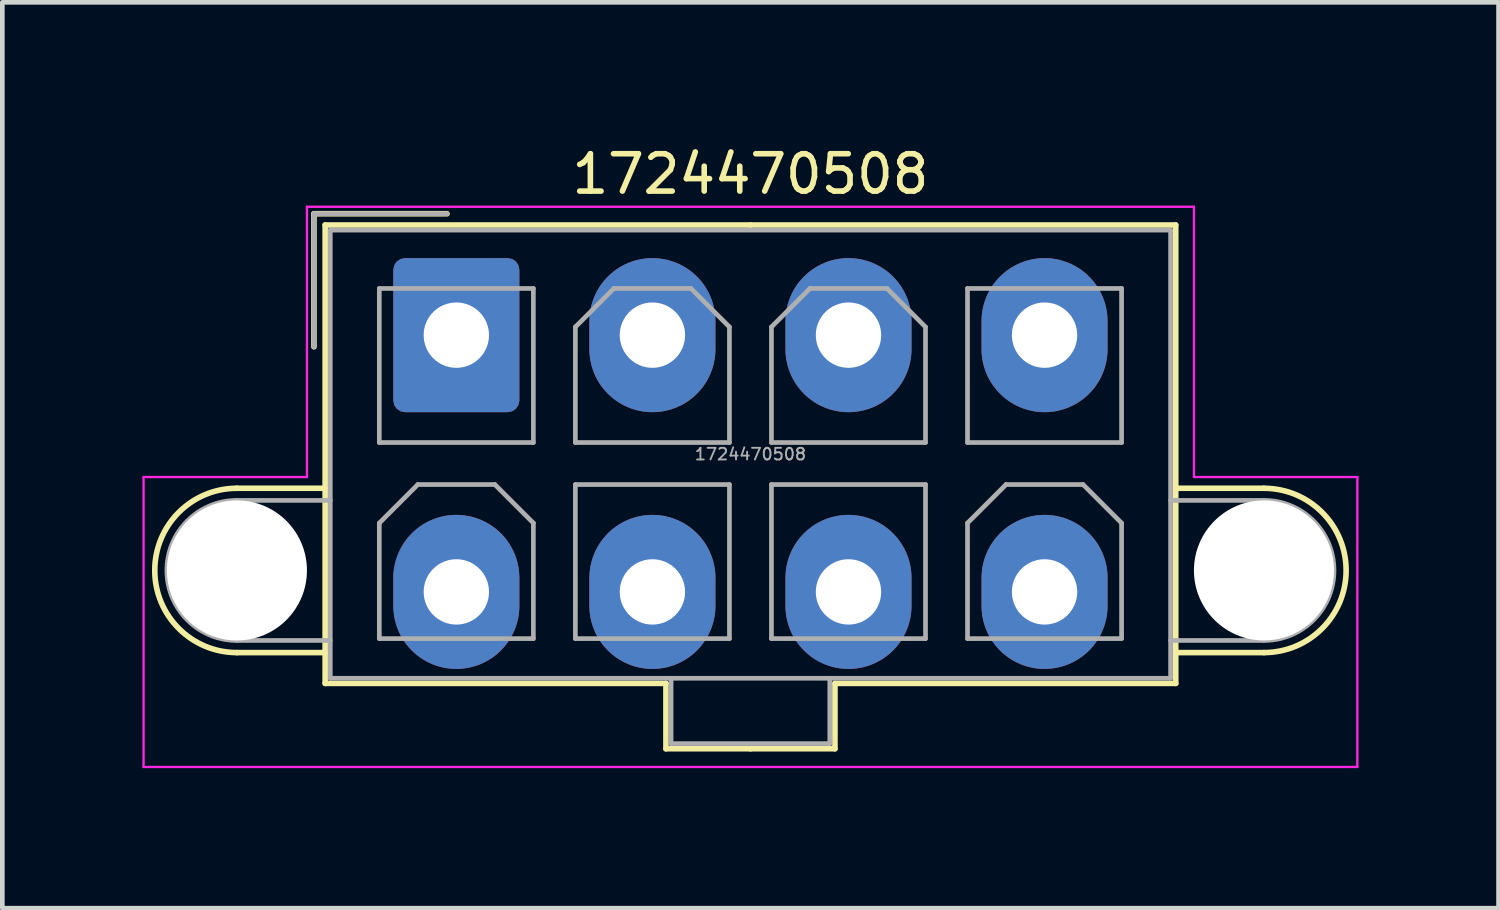
<source format=kicad_pcb>
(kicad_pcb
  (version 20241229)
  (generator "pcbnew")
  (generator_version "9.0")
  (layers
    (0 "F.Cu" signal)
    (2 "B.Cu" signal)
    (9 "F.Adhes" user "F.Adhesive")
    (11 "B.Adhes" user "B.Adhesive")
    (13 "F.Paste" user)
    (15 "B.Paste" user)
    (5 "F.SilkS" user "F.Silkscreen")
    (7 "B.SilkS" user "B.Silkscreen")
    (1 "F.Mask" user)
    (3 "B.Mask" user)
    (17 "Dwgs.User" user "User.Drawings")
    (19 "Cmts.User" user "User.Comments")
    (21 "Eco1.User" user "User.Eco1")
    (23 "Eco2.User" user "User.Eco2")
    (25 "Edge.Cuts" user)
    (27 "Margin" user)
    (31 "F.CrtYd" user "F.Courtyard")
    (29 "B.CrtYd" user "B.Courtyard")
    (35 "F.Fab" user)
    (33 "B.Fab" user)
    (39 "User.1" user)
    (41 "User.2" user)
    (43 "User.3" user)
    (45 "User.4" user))
  (footprint "1724470508"
    (layer "F.Cu")
    (at 13.025 6.879)
    (property "Reference" "1724470508" (at 0 -6.2 0) (layer "F.SilkS") (effects (font (size 0.8 0.8) (thickness 0.12))))
    (attr through_hole)
    (fp_line (start -11 0.53) (end -9.11 0.53) (stroke (width 0.12) (type solid)) (layer "F.SilkS"))
    (fp_line (start -11 4.05) (end -9.11 4.05) (stroke (width 0.12) (type solid)) (layer "F.SilkS"))
    (fp_line (start -9.35 -5.35) (end -9.35 -2.5) (stroke (width 0.12) (type solid)) (layer "F.SilkS"))
    (fp_line (start -9.11 -5.11) (end -9.11 4.71) (stroke (width 0.12) (type solid)) (layer "F.SilkS"))
    (fp_line (start -9.11 4.71) (end -1.81 4.71) (stroke (width 0.12) (type solid)) (layer "F.SilkS"))
    (fp_line (start -6.5 -5.35) (end -9.35 -5.35) (stroke (width 0.12) (type solid)) (layer "F.SilkS"))
    (fp_line (start -1.81 4.71) (end -1.81 6.11) (stroke (width 0.12) (type solid)) (layer "F.SilkS"))
    (fp_line (start -1.81 6.11) (end 0 6.11) (stroke (width 0.12) (type solid)) (layer "F.SilkS"))
    (fp_line (start 0 -5.11) (end -9.11 -5.11) (stroke (width 0.12) (type solid)) (layer "F.SilkS"))
    (fp_line (start 0 -5.11) (end 9.11 -5.11) (stroke (width 0.12) (type solid)) (layer "F.SilkS"))
    (fp_line (start 1.81 4.71) (end 1.81 6.11) (stroke (width 0.12) (type solid)) (layer "F.SilkS"))
    (fp_line (start 1.81 6.11) (end 0 6.11) (stroke (width 0.12) (type solid)) (layer "F.SilkS"))
    (fp_line (start 9.11 -5.11) (end 9.11 4.71) (stroke (width 0.12) (type solid)) (layer "F.SilkS"))
    (fp_line (start 9.11 4.71) (end 1.81 4.71) (stroke (width 0.12) (type solid)) (layer "F.SilkS"))
    (fp_line (start 11 0.53) (end 9.11 0.53) (stroke (width 0.12) (type solid)) (layer "F.SilkS"))
    (fp_line (start 11 4.05) (end 9.11 4.05) (stroke (width 0.12) (type solid)) (layer "F.SilkS"))
    (fp_arc (start -11 4.05) (mid -12.76 2.29) (end -11 0.53) (stroke (width 0.12) (type solid)) (layer "F.SilkS"))
    (fp_arc (start 11 0.53) (mid 12.76 2.29) (end 11 4.05) (stroke (width 0.12) (type solid)) (layer "F.SilkS"))
    (fp_line (start -13 0.29) (end -13 6.5) (stroke (width 0.05) (type solid)) (layer "F.CrtYd"))
    (fp_line (start -13 6.5) (end 13 6.5) (stroke (width 0.05) (type solid)) (layer "F.CrtYd"))
    (fp_line (start -9.5 -5.5) (end -9.5 0.29) (stroke (width 0.05) (type solid)) (layer "F.CrtYd"))
    (fp_line (start -9.5 0.29) (end -13 0.29) (stroke (width 0.05) (type solid)) (layer "F.CrtYd"))
    (fp_line (start 9.5 -5.5) (end -9.5 -5.5) (stroke (width 0.05) (type solid)) (layer "F.CrtYd"))
    (fp_line (start 9.5 0.29) (end 9.5 -5.5) (stroke (width 0.05) (type solid)) (layer "F.CrtYd"))
    (fp_line (start 13 0.29) (end 9.5 0.29) (stroke (width 0.05) (type solid)) (layer "F.CrtYd"))
    (fp_line (start 13 6.5) (end 13 0.29) (stroke (width 0.05) (type solid)) (layer "F.CrtYd"))
    (fp_line (start -11 0.79) (end -9 0.79) (stroke (width 0.1) (type solid)) (layer "F.Fab"))
    (fp_line (start -11 3.79) (end -9 3.79) (stroke (width 0.1) (type solid)) (layer "F.Fab"))
    (fp_line (start -9.35 -5.35) (end -9.35 -2.5) (stroke (width 0.1) (type solid)) (layer "F.Fab"))
    (fp_line (start -9 -5) (end -9 4.6) (stroke (width 0.1) (type solid)) (layer "F.Fab"))
    (fp_line (start -9 4.6) (end 9 4.6) (stroke (width 0.1) (type solid)) (layer "F.Fab"))
    (fp_line (start -7.95 -3.75) (end -7.95 -0.45) (stroke (width 0.1) (type solid)) (layer "F.Fab"))
    (fp_line (start -7.95 -0.45) (end -4.65 -0.45) (stroke (width 0.1) (type solid)) (layer "F.Fab"))
    (fp_line (start -7.95 1.275) (end -7.125 0.45) (stroke (width 0.1) (type solid)) (layer "F.Fab"))
    (fp_line (start -7.95 3.75) (end -7.95 1.275) (stroke (width 0.1) (type solid)) (layer "F.Fab"))
    (fp_line (start -7.125 0.45) (end -5.475 0.45) (stroke (width 0.1) (type solid)) (layer "F.Fab"))
    (fp_line (start -6.5 -5.35) (end -9.35 -5.35) (stroke (width 0.1) (type solid)) (layer "F.Fab"))
    (fp_line (start -5.475 0.45) (end -4.65 1.275) (stroke (width 0.1) (type solid)) (layer "F.Fab"))
    (fp_line (start -4.65 -3.75) (end -7.95 -3.75) (stroke (width 0.1) (type solid)) (layer "F.Fab"))
    (fp_line (start -4.65 -0.45) (end -4.65 -3.75) (stroke (width 0.1) (type solid)) (layer "F.Fab"))
    (fp_line (start -4.65 1.275) (end -4.65 3.75) (stroke (width 0.1) (type solid)) (layer "F.Fab"))
    (fp_line (start -4.65 3.75) (end -7.95 3.75) (stroke (width 0.1) (type solid)) (layer "F.Fab"))
    (fp_line (start -3.75 -2.925) (end -2.925 -3.75) (stroke (width 0.1) (type solid)) (layer "F.Fab"))
    (fp_line (start -3.75 -0.45) (end -3.75 -2.925) (stroke (width 0.1) (type solid)) (layer "F.Fab"))
    (fp_line (start -3.75 0.45) (end -3.75 3.75) (stroke (width 0.1) (type solid)) (layer "F.Fab"))
    (fp_line (start -3.75 3.75) (end -0.45 3.75) (stroke (width 0.1) (type solid)) (layer "F.Fab"))
    (fp_line (start -2.925 -3.75) (end -1.275 -3.75) (stroke (width 0.1) (type solid)) (layer "F.Fab"))
    (fp_line (start -1.7 4.6) (end -1.7 6) (stroke (width 0.1) (type solid)) (layer "F.Fab"))
    (fp_line (start -1.7 6) (end 1.7 6) (stroke (width 0.1) (type solid)) (layer "F.Fab"))
    (fp_line (start -1.275 -3.75) (end -0.45 -2.925) (stroke (width 0.1) (type solid)) (layer "F.Fab"))
    (fp_line (start -0.45 -2.925) (end -0.45 -0.45) (stroke (width 0.1) (type solid)) (layer "F.Fab"))
    (fp_line (start -0.45 -0.45) (end -3.75 -0.45) (stroke (width 0.1) (type solid)) (layer "F.Fab"))
    (fp_line (start -0.45 0.45) (end -3.75 0.45) (stroke (width 0.1) (type solid)) (layer "F.Fab"))
    (fp_line (start -0.45 3.75) (end -0.45 0.45) (stroke (width 0.1) (type solid)) (layer "F.Fab"))
    (fp_line (start 0.45 -2.925) (end 1.275 -3.75) (stroke (width 0.1) (type solid)) (layer "F.Fab"))
    (fp_line (start 0.45 -0.45) (end 0.45 -2.925) (stroke (width 0.1) (type solid)) (layer "F.Fab"))
    (fp_line (start 0.45 0.45) (end 0.45 3.75) (stroke (width 0.1) (type solid)) (layer "F.Fab"))
    (fp_line (start 0.45 3.75) (end 3.75 3.75) (stroke (width 0.1) (type solid)) (layer "F.Fab"))
    (fp_line (start 1.275 -3.75) (end 2.925 -3.75) (stroke (width 0.1) (type solid)) (layer "F.Fab"))
    (fp_line (start 1.7 6) (end 1.7 4.6) (stroke (width 0.1) (type solid)) (layer "F.Fab"))
    (fp_line (start 2.925 -3.75) (end 3.75 -2.925) (stroke (width 0.1) (type solid)) (layer "F.Fab"))
    (fp_line (start 3.75 -2.925) (end 3.75 -0.45) (stroke (width 0.1) (type solid)) (layer "F.Fab"))
    (fp_line (start 3.75 -0.45) (end 0.45 -0.45) (stroke (width 0.1) (type solid)) (layer "F.Fab"))
    (fp_line (start 3.75 0.45) (end 0.45 0.45) (stroke (width 0.1) (type solid)) (layer "F.Fab"))
    (fp_line (start 3.75 3.75) (end 3.75 0.45) (stroke (width 0.1) (type solid)) (layer "F.Fab"))
    (fp_line (start 4.65 -3.75) (end 4.65 -0.45) (stroke (width 0.1) (type solid)) (layer "F.Fab"))
    (fp_line (start 4.65 -0.45) (end 7.95 -0.45) (stroke (width 0.1) (type solid)) (layer "F.Fab"))
    (fp_line (start 4.65 1.275) (end 5.475 0.45) (stroke (width 0.1) (type solid)) (layer "F.Fab"))
    (fp_line (start 4.65 3.75) (end 4.65 1.275) (stroke (width 0.1) (type solid)) (layer "F.Fab"))
    (fp_line (start 5.475 0.45) (end 7.125 0.45) (stroke (width 0.1) (type solid)) (layer "F.Fab"))
    (fp_line (start 7.125 0.45) (end 7.95 1.275) (stroke (width 0.1) (type solid)) (layer "F.Fab"))
    (fp_line (start 7.95 -3.75) (end 4.65 -3.75) (stroke (width 0.1) (type solid)) (layer "F.Fab"))
    (fp_line (start 7.95 -0.45) (end 7.95 -3.75) (stroke (width 0.1) (type solid)) (layer "F.Fab"))
    (fp_line (start 7.95 1.275) (end 7.95 3.75) (stroke (width 0.1) (type solid)) (layer "F.Fab"))
    (fp_line (start 7.95 3.75) (end 4.65 3.75) (stroke (width 0.1) (type solid)) (layer "F.Fab"))
    (fp_line (start 9 -5) (end -9 -5) (stroke (width 0.1) (type solid)) (layer "F.Fab"))
    (fp_line (start 9 4.6) (end 9 -5) (stroke (width 0.1) (type solid)) (layer "F.Fab"))
    (fp_line (start 11 0.79) (end 9 0.79) (stroke (width 0.1) (type solid)) (layer "F.Fab"))
    (fp_line (start 11 3.79) (end 9 3.79) (stroke (width 0.1) (type solid)) (layer "F.Fab"))
    (fp_arc (start -11 3.79) (mid -12.5 2.29) (end -11 0.79) (stroke (width 0.1) (type solid)) (layer "F.Fab"))
    (fp_arc (start 11 0.79) (mid 12.5 2.29) (end 11 3.79) (stroke (width 0.1) (type solid)) (layer "F.Fab"))
    (fp_text user "${REFERENCE}" (at 0 -0.2 0) (layer "F.Fab") (effects (font (size 0.25 0.25) (thickness 0.04))))
    (pad "" np_thru_hole circle (at -11 2.29) (size 3 3) (drill 3) (layers "*.Cu" "*.Mask"))
    (pad "" np_thru_hole circle (at 11 2.29) (size 3 3) (drill 3) (layers "*.Cu" "*.Mask"))
    (pad "1" thru_hole roundrect (at -6.3 -2.75) (size 2.7 3.3) (drill 1.4) (layers "*.Cu" "*.Mask") (roundrect_rratio 0.093))
    (pad "2" thru_hole oval (at -2.1 -2.75) (size 2.7 3.3) (drill 1.4) (layers "*.Cu" "*.Mask"))
    (pad "3" thru_hole oval (at 2.1 -2.75) (size 2.7 3.3) (drill 1.4) (layers "*.Cu" "*.Mask"))
    (pad "4" thru_hole oval (at 6.3 -2.75) (size 2.7 3.3) (drill 1.4) (layers "*.Cu" "*.Mask"))
    (pad "5" thru_hole oval (at -6.3 2.75) (size 2.7 3.3) (drill 1.4) (layers "*.Cu" "*.Mask"))
    (pad "6" thru_hole oval (at -2.1 2.75) (size 2.7 3.3) (drill 1.4) (layers "*.Cu" "*.Mask"))
    (pad "7" thru_hole oval (at 2.1 2.75) (size 2.7 3.3) (drill 1.4) (layers "*.Cu" "*.Mask"))
    (pad "8" thru_hole oval (at 6.3 2.75) (size 2.7 3.3) (drill 1.4) (layers "*.Cu" "*.Mask")))
  (gr_rect
    (start -3 -3)
    (end 29.05 16.404)
    (stroke (width 0.1) (type default))
    (fill no)
    (layer "Edge.Cuts")))
</source>
